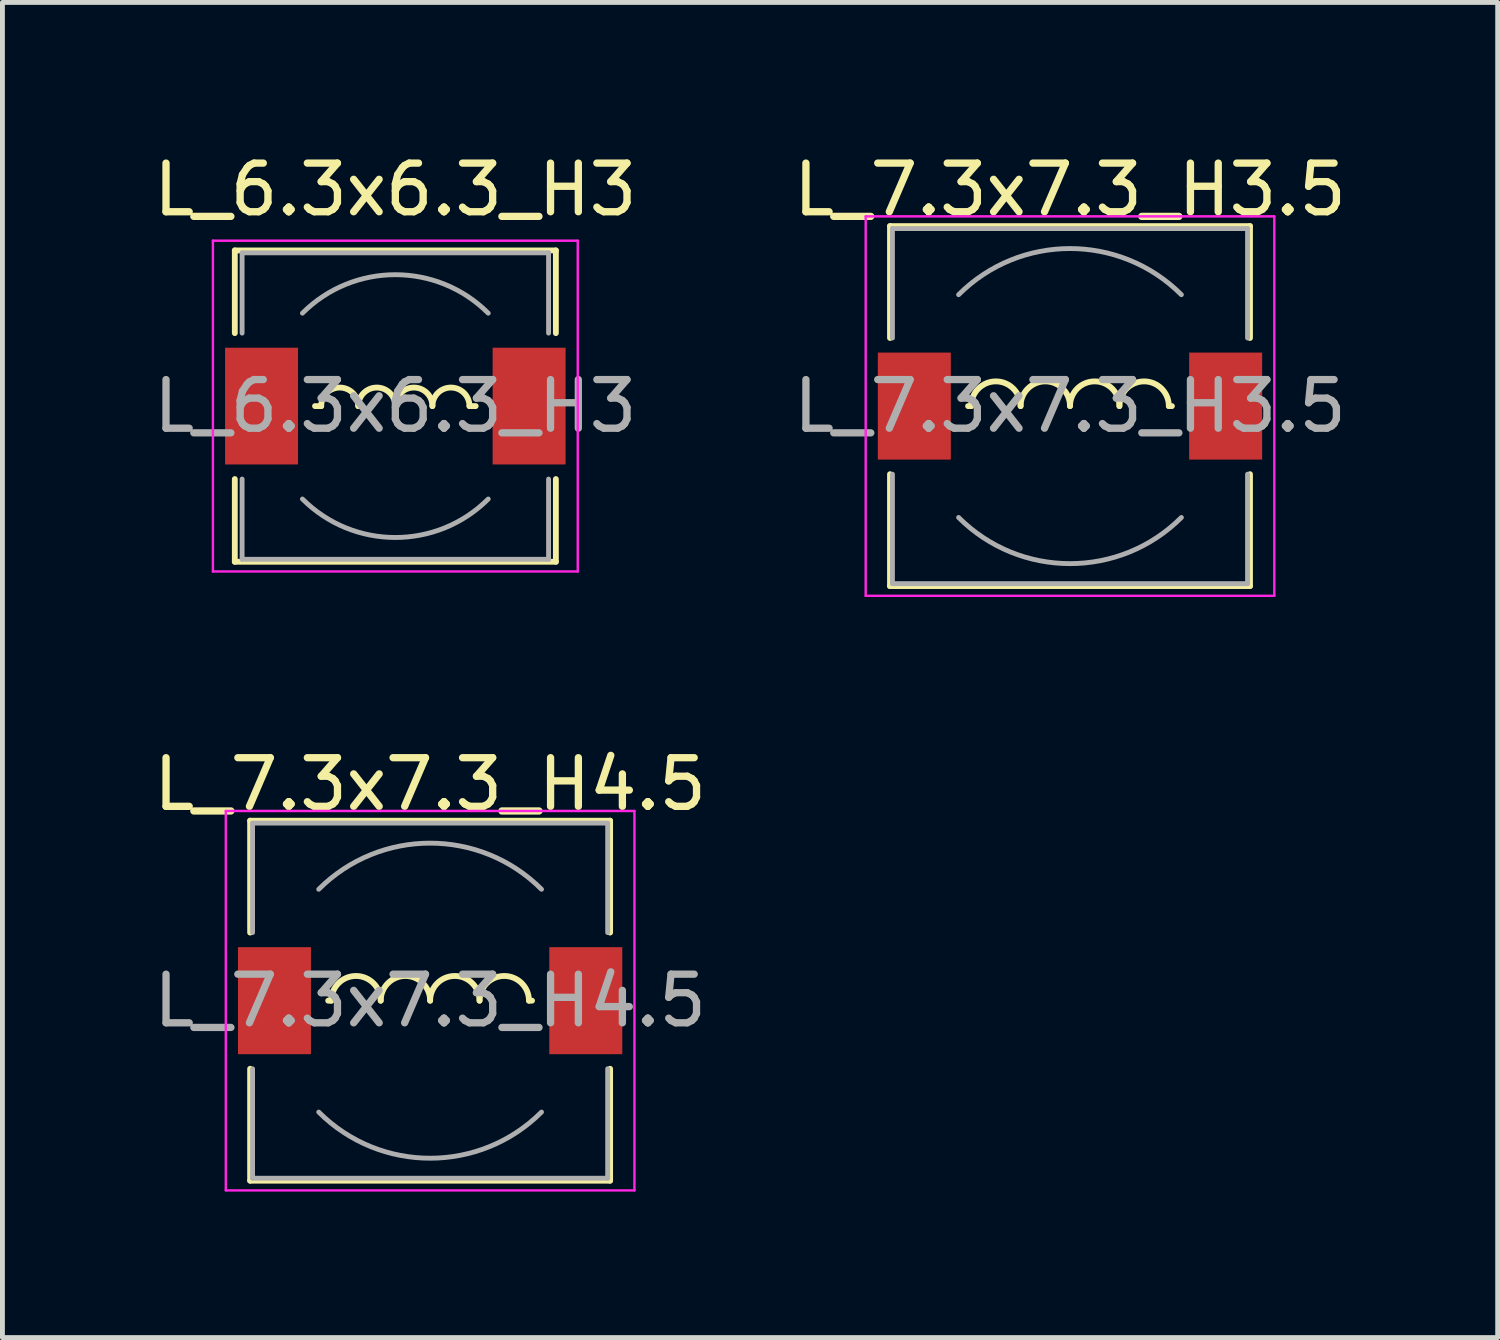
<source format=kicad_pcb>
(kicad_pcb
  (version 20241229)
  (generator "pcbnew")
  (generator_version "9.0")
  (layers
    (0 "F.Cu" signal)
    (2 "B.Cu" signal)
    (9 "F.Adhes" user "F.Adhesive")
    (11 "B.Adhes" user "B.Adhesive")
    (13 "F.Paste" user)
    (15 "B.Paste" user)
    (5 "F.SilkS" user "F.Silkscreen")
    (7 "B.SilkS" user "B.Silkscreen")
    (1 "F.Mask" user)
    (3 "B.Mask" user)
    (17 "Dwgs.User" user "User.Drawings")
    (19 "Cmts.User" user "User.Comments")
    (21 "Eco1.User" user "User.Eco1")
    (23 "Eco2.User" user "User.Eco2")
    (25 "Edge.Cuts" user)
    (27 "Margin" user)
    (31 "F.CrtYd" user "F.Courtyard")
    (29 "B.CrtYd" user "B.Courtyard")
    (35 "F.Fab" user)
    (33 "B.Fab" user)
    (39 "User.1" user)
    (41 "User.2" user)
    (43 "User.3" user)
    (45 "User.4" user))
  (footprint "L_7.3x7.3_H4.5"
    (layer "F.Cu")
    (at 5.792 17.521)
    (property "Reference" "L_7.3x7.3_H4.5" (at 0 -4.45 0) (layer "F.SilkS") (effects (font (size 1 1) (thickness 0.15))))
    (attr smd)
    (fp_line (start -3.7 -3.7) (end 3.7 -3.7) (stroke (width 0.12) (type solid)) (layer "F.SilkS"))
    (fp_line (start -3.7 -1.4) (end -3.7 -3.7) (stroke (width 0.12) (type solid)) (layer "F.SilkS"))
    (fp_line (start -3.7 3.7) (end -3.7 1.4) (stroke (width 0.12) (type solid)) (layer "F.SilkS"))
    (fp_line (start -2.032 0) (end -2.095 0) (stroke (width 0.12) (type solid)) (layer "F.SilkS"))
    (fp_line (start 2.032 0) (end 2.095 0) (stroke (width 0.12) (type solid)) (layer "F.SilkS"))
    (fp_line (start 3.7 -3.7) (end 3.7 -1.4) (stroke (width 0.12) (type solid)) (layer "F.SilkS"))
    (fp_line (start 3.7 1.4) (end 3.7 3.7) (stroke (width 0.12) (type solid)) (layer "F.SilkS"))
    (fp_line (start 3.7 3.7) (end -3.7 3.7) (stroke (width 0.12) (type solid)) (layer "F.SilkS"))
    (fp_arc (start -2.032 0) (mid -1.524 -0.508) (end -1.016 0) (stroke (width 0.12) (type solid)) (layer "F.SilkS"))
    (fp_arc (start -1.016 0) (mid -0.508 -0.508) (end 0 0) (stroke (width 0.12) (type solid)) (layer "F.SilkS"))
    (fp_arc (start 0 0) (mid 0.508 -0.508) (end 1.016 0) (stroke (width 0.12) (type solid)) (layer "F.SilkS"))
    (fp_arc (start 1.016 0) (mid 1.524 -0.508) (end 2.032 0) (stroke (width 0.12) (type solid)) (layer "F.SilkS"))
    (fp_line (start -4.2 -3.9) (end -4.2 3.9) (stroke (width 0.05) (type solid)) (layer "F.CrtYd"))
    (fp_line (start -4.2 3.9) (end 4.2 3.9) (stroke (width 0.05) (type solid)) (layer "F.CrtYd"))
    (fp_line (start 4.2 -3.9) (end -4.2 -3.9) (stroke (width 0.05) (type solid)) (layer "F.CrtYd"))
    (fp_line (start 4.2 3.9) (end 4.2 -3.9) (stroke (width 0.05) (type solid)) (layer "F.CrtYd"))
    (fp_line (start -3.65 -3.65) (end -3.65 -1.4) (stroke (width 0.1) (type solid)) (layer "F.Fab"))
    (fp_line (start -3.65 -3.65) (end 3.65 -3.65) (stroke (width 0.1) (type solid)) (layer "F.Fab"))
    (fp_line (start -3.65 3.65) (end -3.65 1.4) (stroke (width 0.1) (type solid)) (layer "F.Fab"))
    (fp_line (start 3.65 -3.65) (end 3.65 -1.4) (stroke (width 0.1) (type solid)) (layer "F.Fab"))
    (fp_line (start 3.65 3.65) (end -3.65 3.65) (stroke (width 0.1) (type solid)) (layer "F.Fab"))
    (fp_line (start 3.65 3.65) (end 3.65 1.4) (stroke (width 0.1) (type solid)) (layer "F.Fab"))
    (fp_arc (start -2.29 -2.29) (mid 0 -3.238549) (end 2.29 -2.29) (stroke (width 0.1) (type solid)) (layer "F.Fab"))
    (fp_arc (start 2.29 2.29) (mid 0 3.238549) (end -2.29 2.29) (stroke (width 0.1) (type solid)) (layer "F.Fab"))
    (fp_text user "${REFERENCE}" (at 0 0 0) (layer "F.Fab") (effects (font (size 1 1) (thickness 0.15))))
    (pad "1" smd rect (at -3.2 0) (size 1.5 2.2) (layers "F.Cu" "F.Mask" "F.Paste"))
    (pad "2" smd rect (at 3.2 0) (size 1.5 2.2) (layers "F.Cu" "F.Mask" "F.Paste")))
  (footprint "L_6.3x6.3_H3"
    (layer "F.Cu")
    (at 5.077 5.298)
    (property "Reference" "L_6.3x6.3_H3" (at 0 -4.45 0) (layer "F.SilkS") (effects (font (size 1 1) (thickness 0.15))))
    (attr smd)
    (fp_line (start -3.3 -3.2) (end 3.3 -3.2) (stroke (width 0.12) (type solid)) (layer "F.SilkS"))
    (fp_line (start -3.3 -1.5) (end -3.3 -3.2) (stroke (width 0.12) (type solid)) (layer "F.SilkS"))
    (fp_line (start -3.3 3.2) (end -3.3 1.5) (stroke (width 0.12) (type solid)) (layer "F.SilkS"))
    (fp_line (start -1.524 0) (end -1.651 0) (stroke (width 0.12) (type solid)) (layer "F.SilkS"))
    (fp_line (start 1.524 0) (end 1.651 0) (stroke (width 0.12) (type solid)) (layer "F.SilkS"))
    (fp_line (start 3.3 -3.2) (end 3.3 -1.5) (stroke (width 0.12) (type solid)) (layer "F.SilkS"))
    (fp_line (start 3.3 1.5) (end 3.3 3.2) (stroke (width 0.12) (type solid)) (layer "F.SilkS"))
    (fp_line (start 3.3 3.2) (end -3.3 3.2) (stroke (width 0.12) (type solid)) (layer "F.SilkS"))
    (fp_arc (start -1.524 0) (mid -1.143 -0.381) (end -0.762 0) (stroke (width 0.12) (type solid)) (layer "F.SilkS"))
    (fp_arc (start -0.762 0) (mid -0.381 -0.381) (end 0 0) (stroke (width 0.12) (type solid)) (layer "F.SilkS"))
    (fp_arc (start 0 0) (mid 0.381 -0.381) (end 0.762 0) (stroke (width 0.12) (type solid)) (layer "F.SilkS"))
    (fp_arc (start 0.762 0) (mid 1.143 -0.381) (end 1.524 0) (stroke (width 0.12) (type solid)) (layer "F.SilkS"))
    (fp_line (start -3.75 -3.4) (end -3.75 3.4) (stroke (width 0.05) (type solid)) (layer "F.CrtYd"))
    (fp_line (start -3.75 3.4) (end 3.75 3.4) (stroke (width 0.05) (type solid)) (layer "F.CrtYd"))
    (fp_line (start 3.75 -3.4) (end -3.75 -3.4) (stroke (width 0.05) (type solid)) (layer "F.CrtYd"))
    (fp_line (start 3.75 3.4) (end 3.75 -3.4) (stroke (width 0.05) (type solid)) (layer "F.CrtYd"))
    (fp_line (start -3.15 -3.15) (end -3.15 -1.5) (stroke (width 0.1) (type solid)) (layer "F.Fab"))
    (fp_line (start -3.15 -3.15) (end 3.15 -3.15) (stroke (width 0.1) (type solid)) (layer "F.Fab"))
    (fp_line (start -3.15 3.15) (end -3.15 1.5) (stroke (width 0.1) (type solid)) (layer "F.Fab"))
    (fp_line (start -3.15 3.15) (end 3.15 3.15) (stroke (width 0.1) (type solid)) (layer "F.Fab"))
    (fp_line (start 3.15 -3.15) (end 3.15 -1.5) (stroke (width 0.1) (type solid)) (layer "F.Fab"))
    (fp_line (start 3.15 3.15) (end 3.15 1.5) (stroke (width 0.1) (type solid)) (layer "F.Fab"))
    (fp_arc (start -1.91 -1.91) (mid 0 -2.701148) (end 1.91 -1.91) (stroke (width 0.1) (type solid)) (layer "F.Fab"))
    (fp_arc (start 1.91 1.91) (mid 0 2.701148) (end -1.91 1.91) (stroke (width 0.1) (type solid)) (layer "F.Fab"))
    (fp_text user "${REFERENCE}" (at 0 0 0) (layer "F.Fab") (effects (font (size 1 1) (thickness 0.15))))
    (pad "1" smd rect (at -2.75 0) (size 1.5 2.4) (layers "F.Cu" "F.Mask" "F.Paste"))
    (pad "2" smd rect (at 2.75 0) (size 1.5 2.4) (layers "F.Cu" "F.Mask" "F.Paste")))
  (footprint "L_7.3x7.3_H3.5"
    (layer "F.Cu")
    (at 18.946 5.298)
    (property "Reference" "L_7.3x7.3_H3.5" (at 0 -4.45 0) (layer "F.SilkS") (effects (font (size 1 1) (thickness 0.15))))
    (attr smd)
    (fp_line (start -3.7 -3.7) (end 3.7 -3.7) (stroke (width 0.12) (type solid)) (layer "F.SilkS"))
    (fp_line (start -3.7 -1.4) (end -3.7 -3.7) (stroke (width 0.12) (type solid)) (layer "F.SilkS"))
    (fp_line (start -3.7 3.7) (end -3.7 1.4) (stroke (width 0.12) (type solid)) (layer "F.SilkS"))
    (fp_line (start -2.032 0) (end -2.095 0) (stroke (width 0.12) (type solid)) (layer "F.SilkS"))
    (fp_line (start 2.032 0) (end 2.095 0) (stroke (width 0.12) (type solid)) (layer "F.SilkS"))
    (fp_line (start 3.7 -3.7) (end 3.7 -1.4) (stroke (width 0.12) (type solid)) (layer "F.SilkS"))
    (fp_line (start 3.7 1.4) (end 3.7 3.7) (stroke (width 0.12) (type solid)) (layer "F.SilkS"))
    (fp_line (start 3.7 3.7) (end -3.7 3.7) (stroke (width 0.12) (type solid)) (layer "F.SilkS"))
    (fp_arc (start -2.032 0) (mid -1.524 -0.508) (end -1.016 0) (stroke (width 0.12) (type solid)) (layer "F.SilkS"))
    (fp_arc (start -1.016 0) (mid -0.508 -0.508) (end 0 0) (stroke (width 0.12) (type solid)) (layer "F.SilkS"))
    (fp_arc (start 0 0) (mid 0.508 -0.508) (end 1.016 0) (stroke (width 0.12) (type solid)) (layer "F.SilkS"))
    (fp_arc (start 1.016 0) (mid 1.524 -0.508) (end 2.032 0) (stroke (width 0.12) (type solid)) (layer "F.SilkS"))
    (fp_line (start -4.2 -3.9) (end -4.2 3.9) (stroke (width 0.05) (type solid)) (layer "F.CrtYd"))
    (fp_line (start -4.2 3.9) (end 4.2 3.9) (stroke (width 0.05) (type solid)) (layer "F.CrtYd"))
    (fp_line (start 4.2 -3.9) (end -4.2 -3.9) (stroke (width 0.05) (type solid)) (layer "F.CrtYd"))
    (fp_line (start 4.2 3.9) (end 4.2 -3.9) (stroke (width 0.05) (type solid)) (layer "F.CrtYd"))
    (fp_line (start -3.65 -3.65) (end -3.65 -1.4) (stroke (width 0.1) (type solid)) (layer "F.Fab"))
    (fp_line (start -3.65 -3.65) (end 3.65 -3.65) (stroke (width 0.1) (type solid)) (layer "F.Fab"))
    (fp_line (start -3.65 3.65) (end -3.65 1.4) (stroke (width 0.1) (type solid)) (layer "F.Fab"))
    (fp_line (start 3.65 -3.65) (end 3.65 -1.4) (stroke (width 0.1) (type solid)) (layer "F.Fab"))
    (fp_line (start 3.65 3.65) (end -3.65 3.65) (stroke (width 0.1) (type solid)) (layer "F.Fab"))
    (fp_line (start 3.65 3.65) (end 3.65 1.4) (stroke (width 0.1) (type solid)) (layer "F.Fab"))
    (fp_arc (start -2.29 -2.29) (mid 0 -3.238549) (end 2.29 -2.29) (stroke (width 0.1) (type solid)) (layer "F.Fab"))
    (fp_arc (start 2.29 2.29) (mid 0 3.238549) (end -2.29 2.29) (stroke (width 0.1) (type solid)) (layer "F.Fab"))
    (fp_text user "${REFERENCE}" (at 0 0 0) (layer "F.Fab") (effects (font (size 1 1) (thickness 0.15))))
    (pad "1" smd rect (at -3.2 0) (size 1.5 2.2) (layers "F.Cu" "F.Mask" "F.Paste"))
    (pad "2" smd rect (at 3.2 0) (size 1.5 2.2) (layers "F.Cu" "F.Mask" "F.Paste")))
  (gr_rect
    (start -3 -3)
    (end 27.738 24.447)
    (stroke (width 0.1) (type default))
    (fill no)
    (layer "Edge.Cuts")))
</source>
